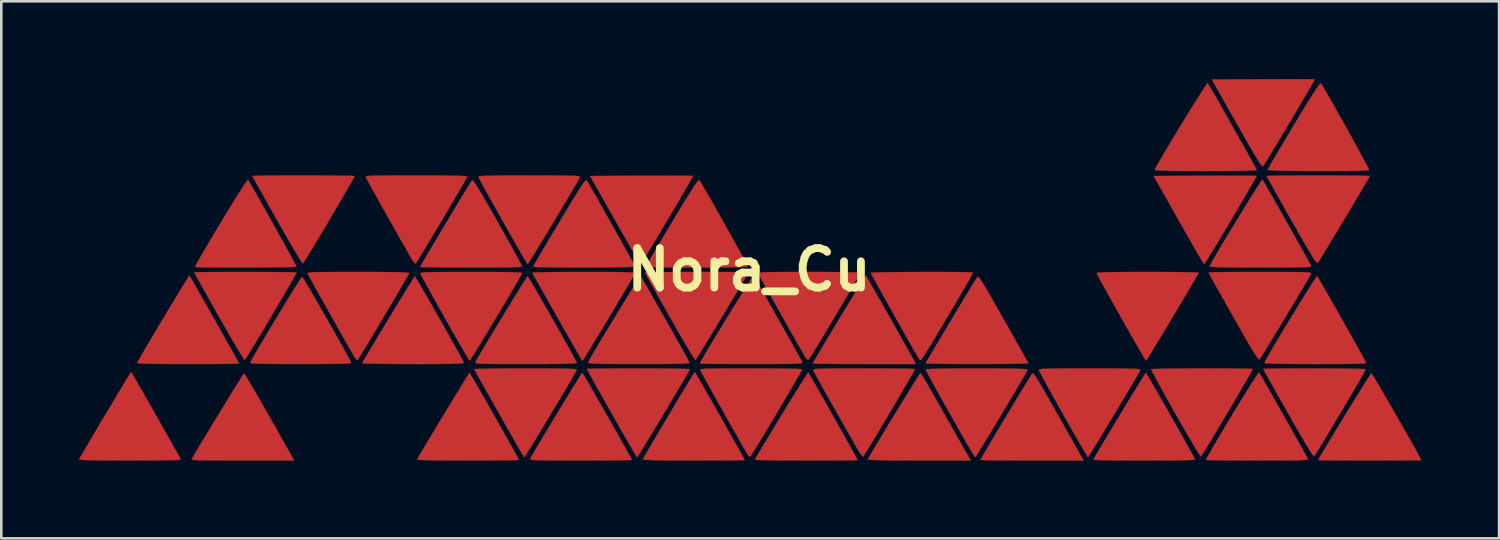
<source format=kicad_pcb>
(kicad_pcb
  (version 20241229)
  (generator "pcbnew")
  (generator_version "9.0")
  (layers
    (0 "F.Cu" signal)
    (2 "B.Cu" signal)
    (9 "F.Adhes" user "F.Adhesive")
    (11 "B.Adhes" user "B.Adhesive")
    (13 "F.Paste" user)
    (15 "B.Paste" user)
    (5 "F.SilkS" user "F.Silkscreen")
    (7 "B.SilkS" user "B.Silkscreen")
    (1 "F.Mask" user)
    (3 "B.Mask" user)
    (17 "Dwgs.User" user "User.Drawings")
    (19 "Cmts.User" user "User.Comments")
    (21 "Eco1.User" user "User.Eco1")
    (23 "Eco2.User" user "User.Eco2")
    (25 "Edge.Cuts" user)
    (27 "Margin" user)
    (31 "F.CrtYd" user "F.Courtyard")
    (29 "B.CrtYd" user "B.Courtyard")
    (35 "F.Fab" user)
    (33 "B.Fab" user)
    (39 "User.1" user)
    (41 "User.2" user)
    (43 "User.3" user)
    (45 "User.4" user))
  (footprint "Nora_Cu"
    (layer "F.Cu")
    (at 25.871 7.364)
    (property "Reference" "Nora_Cu" (at 0 0 0) (layer "F.SilkS") (effects (font (size 1.524 1.524) (thickness 0.3))))
    (attr through_hole)
    (fp_poly (pts (xy -3.048 -3.633) (xy -2.752 -3.632) (xy -2.507 -3.63) (xy -2.323 -3.628) (xy -2.206 -3.624) (xy -2.167 -3.621) (xy -2.184 -3.582) (xy -2.24 -3.479) (xy -2.329 -3.322) (xy -2.447 -3.118) (xy -2.587 -2.877) (xy -2.745 -2.606) (xy -2.917 -2.316) (xy -3.095 -2.014) (xy -3.276 -1.709) (xy -3.455 -1.41) (xy -3.625 -1.126) (xy -3.783 -0.865) (xy -3.922 -0.636) (xy -4.037 -0.448) (xy -4.124 -0.31) (xy -4.177 -0.23) (xy -4.191 -0.213) (xy -4.216 -0.248) (xy -4.277 -0.35) (xy -4.372 -0.512) (xy -4.496 -0.725) (xy -4.644 -0.983) (xy -4.813 -1.278) (xy -4.999 -1.604) (xy -5.175 -1.916) (xy -6.138 -3.619) (xy -4.163 -3.631) (xy -3.762 -3.632) (xy -3.388 -3.633) (xy -3.048 -3.633)) (stroke (width 0.01) (type solid)) (fill yes) (layer "F.Cu"))
    (fp_poly (pts (xy 18.71 -3.633) (xy 19.007 -3.632) (xy 19.252 -3.63) (xy 19.436 -3.628) (xy 19.553 -3.624) (xy 19.592 -3.621) (xy 19.575 -3.582) (xy 19.519 -3.479) (xy 19.43 -3.322) (xy 19.313 -3.118) (xy 19.172 -2.876) (xy 19.014 -2.606) (xy 18.843 -2.315) (xy 18.664 -2.013) (xy 18.483 -1.709) (xy 18.304 -1.41) (xy 18.134 -1.126) (xy 17.976 -0.865) (xy 17.837 -0.636) (xy 17.721 -0.448) (xy 17.634 -0.31) (xy 17.581 -0.23) (xy 17.567 -0.213) (xy 17.542 -0.248) (xy 17.48 -0.35) (xy 17.385 -0.512) (xy 17.261 -0.725) (xy 17.113 -0.983) (xy 16.944 -1.278) (xy 16.758 -1.604) (xy 16.582 -1.916) (xy 15.62 -3.619) (xy 17.596 -3.631) (xy 17.996 -3.632) (xy 18.371 -3.633) (xy 18.71 -3.633)) (stroke (width 0.01) (type solid)) (fill yes) (layer "F.Cu"))
    (fp_poly (pts (xy 21.25 -7.358) (xy 21.495 -7.356) (xy 21.679 -7.354) (xy 21.795 -7.351) (xy 21.834 -7.348) (xy 21.817 -7.309) (xy 21.761 -7.207) (xy 21.671 -7.05) (xy 21.554 -6.847) (xy 21.413 -6.607) (xy 21.255 -6.338) (xy 21.084 -6.049) (xy 20.906 -5.749) (xy 20.726 -5.446) (xy 20.549 -5.15) (xy 20.38 -4.869) (xy 20.225 -4.613) (xy 20.089 -4.389) (xy 19.977 -4.206) (xy 19.893 -4.074) (xy 19.845 -4.001) (xy 19.837 -3.991) (xy 19.815 -3.996) (xy 19.774 -4.041) (xy 19.709 -4.132) (xy 19.62 -4.273) (xy 19.502 -4.467) (xy 19.353 -4.72) (xy 19.171 -5.037) (xy 18.953 -5.421) (xy 18.827 -5.642) (xy 17.865 -7.345) (xy 19.84 -7.356) (xy 20.241 -7.358) (xy 20.615 -7.359) (xy 20.954 -7.359) (xy 21.25 -7.358)) (stroke (width 0.01) (type solid)) (fill yes) (layer "F.Cu"))
    (fp_poly (pts (xy -19.473 4.04) (xy -19.407 4.143) (xy -19.307 4.309) (xy -19.175 4.531) (xy -19.016 4.804) (xy -18.833 5.122) (xy -18.628 5.48) (xy -18.405 5.87) (xy -18.169 6.289) (xy -17.921 6.729) (xy -17.724 7.08) (xy -17.564 7.366) (xy -19.557 7.366) (xy -20.02 7.366) (xy -20.405 7.365) (xy -20.718 7.364) (xy -20.968 7.362) (xy -21.161 7.358) (xy -21.304 7.353) (xy -21.404 7.346) (xy -21.468 7.338) (xy -21.502 7.326) (xy -21.515 7.313) (xy -21.511 7.296) (xy -21.509 7.292) (xy -21.434 7.161) (xy -21.327 6.981) (xy -21.195 6.758) (xy -21.041 6.503) (xy -20.872 6.223) (xy -20.693 5.928) (xy -20.509 5.625) (xy -20.326 5.325) (xy -20.148 5.035) (xy -19.982 4.765) (xy -19.832 4.522) (xy -19.704 4.316) (xy -19.602 4.155) (xy -19.533 4.049) (xy -19.502 4.005) (xy -19.501 4.005) (xy -19.473 4.04)) (stroke (width 0.01) (type solid)) (fill yes) (layer "F.Cu"))
    (fp_poly (pts (xy 4.531 0.259) (xy 4.592 0.363) (xy 4.683 0.523) (xy 4.8 0.729) (xy 4.939 0.972) (xy 5.093 1.244) (xy 5.257 1.535) (xy 5.428 1.835) (xy 5.598 2.137) (xy 5.764 2.43) (xy 5.92 2.706) (xy 6.06 2.956) (xy 6.18 3.169) (xy 6.275 3.339) (xy 6.339 3.454) (xy 6.366 3.503) (xy 6.437 3.641) (xy 4.446 3.641) (xy 4.045 3.64) (xy 3.67 3.639) (xy 3.331 3.638) (xy 3.036 3.635) (xy 2.792 3.633) (xy 2.609 3.63) (xy 2.494 3.626) (xy 2.455 3.623) (xy 2.476 3.582) (xy 2.536 3.479) (xy 2.628 3.321) (xy 2.749 3.117) (xy 2.893 2.876) (xy 3.054 2.606) (xy 3.228 2.317) (xy 3.409 2.016) (xy 3.592 1.713) (xy 3.772 1.415) (xy 3.944 1.132) (xy 4.102 0.872) (xy 4.241 0.644) (xy 4.356 0.456) (xy 4.443 0.318) (xy 4.495 0.237) (xy 4.508 0.219) (xy 4.531 0.259)) (stroke (width 0.01) (type solid)) (fill yes) (layer "F.Cu"))
    (fp_poly (pts (xy 6.646 4.029) (xy 6.71 4.133) (xy 6.807 4.295) (xy 6.931 4.507) (xy 7.078 4.761) (xy 7.243 5.048) (xy 7.421 5.361) (xy 7.466 5.441) (xy 7.652 5.771) (xy 7.831 6.086) (xy 7.996 6.379) (xy 8.143 6.637) (xy 8.265 6.853) (xy 8.357 7.015) (xy 8.414 7.115) (xy 8.418 7.123) (xy 8.558 7.366) (xy 6.561 7.366) (xy 6.154 7.365) (xy 5.776 7.363) (xy 5.437 7.36) (xy 5.142 7.355) (xy 4.901 7.35) (xy 4.722 7.343) (xy 4.612 7.336) (xy 4.579 7.329) (xy 4.61 7.269) (xy 4.679 7.148) (xy 4.78 6.976) (xy 4.908 6.761) (xy 5.057 6.511) (xy 5.223 6.236) (xy 5.4 5.944) (xy 5.583 5.644) (xy 5.766 5.345) (xy 5.944 5.054) (xy 6.113 4.782) (xy 6.265 4.536) (xy 6.397 4.326) (xy 6.503 4.159) (xy 6.577 4.046) (xy 6.614 3.993) (xy 6.618 3.991) (xy 6.646 4.029)) (stroke (width 0.01) (type solid)) (fill yes) (layer "F.Cu"))
    (fp_poly (pts (xy 10.962 4) (xy 11.007 4.051) (xy 11.077 4.151) (xy 11.174 4.305) (xy 11.301 4.516) (xy 11.46 4.791) (xy 11.655 5.132) (xy 11.811 5.408) (xy 11.999 5.74) (xy 12.178 6.059) (xy 12.345 6.355) (xy 12.493 6.617) (xy 12.617 6.836) (xy 12.711 7.003) (xy 12.77 7.107) (xy 12.777 7.119) (xy 12.917 7.366) (xy 10.924 7.366) (xy 10.523 7.365) (xy 10.148 7.364) (xy 9.809 7.362) (xy 9.514 7.359) (xy 9.27 7.355) (xy 9.086 7.351) (xy 8.971 7.346) (xy 8.932 7.341) (xy 8.953 7.3) (xy 9.013 7.195) (xy 9.106 7.035) (xy 9.227 6.83) (xy 9.37 6.587) (xy 9.531 6.317) (xy 9.704 6.027) (xy 9.884 5.726) (xy 10.066 5.423) (xy 10.243 5.128) (xy 10.412 4.849) (xy 10.566 4.594) (xy 10.7 4.373) (xy 10.81 4.195) (xy 10.889 4.068) (xy 10.933 4.001) (xy 10.938 3.993) (xy 10.962 4)) (stroke (width 0.01) (type solid)) (fill yes) (layer "F.Cu"))
    (fp_poly (pts (xy -19.341 -3.464) (xy -19.259 -3.326) (xy -19.149 -3.137) (xy -19.017 -2.906) (xy -18.867 -2.643) (xy -18.705 -2.355) (xy -18.535 -2.053) (xy -18.361 -1.744) (xy -18.191 -1.437) (xy -18.027 -1.143) (xy -17.875 -0.869) (xy -17.74 -0.624) (xy -17.628 -0.417) (xy -17.542 -0.258) (xy -17.489 -0.155) (xy -17.472 -0.116) (xy -17.516 -0.11) (xy -17.635 -0.104) (xy -17.817 -0.099) (xy -18.054 -0.095) (xy -18.335 -0.091) (xy -18.649 -0.089) (xy -18.986 -0.087) (xy -19.336 -0.085) (xy -19.689 -0.085) (xy -20.034 -0.085) (xy -20.362 -0.087) (xy -20.662 -0.089) (xy -20.923 -0.092) (xy -21.136 -0.096) (xy -21.29 -0.101) (xy -21.376 -0.106) (xy -21.389 -0.11) (xy -21.373 -0.15) (xy -21.317 -0.255) (xy -21.226 -0.418) (xy -21.103 -0.632) (xy -20.953 -0.89) (xy -20.78 -1.183) (xy -20.587 -1.506) (xy -20.394 -1.828) (xy -20.122 -2.278) (xy -19.891 -2.655) (xy -19.7 -2.96) (xy -19.551 -3.192) (xy -19.441 -3.354) (xy -19.371 -3.444) (xy -19.341 -3.465) (xy -19.341 -3.464)) (stroke (width 0.01) (type solid)) (fill yes) (layer "F.Cu"))
    (fp_poly (pts (xy -3.874 3.811) (xy -3.5 3.812) (xy -3.161 3.815) (xy -2.866 3.819) (xy -2.622 3.824) (xy -2.439 3.829) (xy -2.324 3.835) (xy -2.286 3.841) (xy -2.307 3.884) (xy -2.367 3.991) (xy -2.459 4.151) (xy -2.58 4.358) (xy -2.724 4.601) (xy -2.885 4.873) (xy -3.059 5.164) (xy -3.239 5.466) (xy -3.422 5.771) (xy -3.601 6.068) (xy -3.772 6.35) (xy -3.929 6.608) (xy -4.066 6.833) (xy -4.18 7.017) (xy -4.264 7.151) (xy -4.313 7.225) (xy -4.324 7.238) (xy -4.349 7.202) (xy -4.412 7.1) (xy -4.508 6.939) (xy -4.633 6.726) (xy -4.782 6.468) (xy -4.951 6.173) (xy -5.137 5.847) (xy -5.308 5.545) (xy -5.503 5.199) (xy -5.685 4.875) (xy -5.85 4.582) (xy -5.993 4.327) (xy -6.11 4.117) (xy -6.197 3.959) (xy -6.25 3.861) (xy -6.265 3.83) (xy -6.224 3.826) (xy -6.107 3.822) (xy -5.922 3.819) (xy -5.676 3.816) (xy -5.379 3.813) (xy -5.039 3.812) (xy -4.664 3.81) (xy -4.276 3.81) (xy -3.874 3.811)) (stroke (width 0.01) (type solid)) (fill yes) (layer "F.Cu"))
    (fp_poly (pts (xy 2.313 4.011) (xy 2.376 4.118) (xy 2.47 4.281) (xy 2.589 4.49) (xy 2.729 4.736) (xy 2.884 5.011) (xy 3.051 5.305) (xy 3.222 5.609) (xy 3.394 5.915) (xy 3.562 6.213) (xy 3.72 6.495) (xy 3.863 6.751) (xy 3.987 6.972) (xy 4.086 7.15) (xy 4.154 7.276) (xy 4.188 7.34) (xy 4.191 7.347) (xy 4.15 7.35) (xy 4.033 7.354) (xy 3.847 7.357) (xy 3.602 7.36) (xy 3.305 7.363) (xy 2.964 7.364) (xy 2.589 7.366) (xy 2.199 7.366) (xy 1.798 7.365) (xy 1.425 7.363) (xy 1.087 7.361) (xy 0.794 7.357) (xy 0.553 7.352) (xy 0.372 7.346) (xy 0.26 7.341) (xy 0.224 7.334) (xy 0.299 7.201) (xy 0.406 7.018) (xy 0.539 6.794) (xy 0.693 6.537) (xy 0.862 6.255) (xy 1.042 5.958) (xy 1.228 5.653) (xy 1.414 5.35) (xy 1.594 5.056) (xy 1.765 4.78) (xy 1.92 4.531) (xy 2.054 4.317) (xy 2.163 4.147) (xy 2.24 4.029) (xy 2.281 3.971) (xy 2.287 3.967) (xy 2.313 4.011)) (stroke (width 0.01) (type solid)) (fill yes) (layer "F.Cu"))
    (fp_poly (pts (xy 9.294 3.811) (xy 9.722 3.813) (xy 10.072 3.817) (xy 10.346 3.822) (xy 10.548 3.83) (xy 10.679 3.839) (xy 10.744 3.849) (xy 10.753 3.856) (xy 10.732 3.901) (xy 10.672 4.009) (xy 10.58 4.171) (xy 10.459 4.378) (xy 10.315 4.622) (xy 10.154 4.894) (xy 9.981 5.186) (xy 9.801 5.487) (xy 9.619 5.791) (xy 9.44 6.087) (xy 9.27 6.368) (xy 9.114 6.624) (xy 8.978 6.846) (xy 8.865 7.027) (xy 8.783 7.157) (xy 8.735 7.228) (xy 8.725 7.238) (xy 8.7 7.202) (xy 8.637 7.1) (xy 8.542 6.938) (xy 8.417 6.725) (xy 8.269 6.467) (xy 8.1 6.172) (xy 7.916 5.848) (xy 7.758 5.568) (xy 7.564 5.224) (xy 7.383 4.901) (xy 7.22 4.609) (xy 7.079 4.353) (xy 6.964 4.142) (xy 6.879 3.984) (xy 6.829 3.885) (xy 6.816 3.855) (xy 6.85 3.843) (xy 6.954 3.833) (xy 7.131 3.825) (xy 7.383 3.819) (xy 7.711 3.814) (xy 8.119 3.811) (xy 8.608 3.81) (xy 8.784 3.81) (xy 9.294 3.811)) (stroke (width 0.01) (type solid)) (fill yes) (layer "F.Cu"))
    (fp_poly (pts (xy 15.787 0.085) (xy 16.159 0.087) (xy 16.496 0.09) (xy 16.789 0.094) (xy 17.03 0.099) (xy 17.21 0.104) (xy 17.322 0.11) (xy 17.357 0.116) (xy 17.336 0.158) (xy 17.276 0.263) (xy 17.184 0.423) (xy 17.063 0.629) (xy 16.92 0.872) (xy 16.759 1.144) (xy 16.586 1.435) (xy 16.406 1.737) (xy 16.224 2.041) (xy 16.045 2.338) (xy 15.875 2.621) (xy 15.719 2.879) (xy 15.581 3.105) (xy 15.468 3.289) (xy 15.384 3.423) (xy 15.335 3.499) (xy 15.325 3.512) (xy 15.3 3.476) (xy 15.238 3.374) (xy 15.144 3.213) (xy 15.02 3) (xy 14.872 2.743) (xy 14.704 2.449) (xy 14.52 2.125) (xy 14.362 1.845) (xy 14.168 1.501) (xy 13.987 1.179) (xy 13.824 0.886) (xy 13.683 0.63) (xy 13.568 0.419) (xy 13.483 0.261) (xy 13.433 0.162) (xy 13.42 0.131) (xy 13.448 0.119) (xy 13.537 0.109) (xy 13.689 0.101) (xy 13.908 0.095) (xy 14.198 0.09) (xy 14.563 0.087) (xy 15.006 0.085) (xy 15.388 0.085) (xy 15.787 0.085)) (stroke (width 0.01) (type solid)) (fill yes) (layer "F.Cu"))
    (fp_poly (pts (xy -23.836 3.982) (xy -23.778 4.081) (xy -23.689 4.235) (xy -23.573 4.437) (xy -23.435 4.677) (xy -23.281 4.947) (xy -23.116 5.237) (xy -22.944 5.539) (xy -22.771 5.844) (xy -22.601 6.143) (xy -22.44 6.428) (xy -22.293 6.688) (xy -22.165 6.916) (xy -22.06 7.103) (xy -21.984 7.24) (xy -21.942 7.318) (xy -21.936 7.331) (xy -21.974 7.338) (xy -22.088 7.345) (xy -22.271 7.351) (xy -22.514 7.356) (xy -22.808 7.36) (xy -23.146 7.363) (xy -23.519 7.365) (xy -23.894 7.366) (xy -24.402 7.365) (xy -24.83 7.363) (xy -25.179 7.359) (xy -25.453 7.354) (xy -25.655 7.347) (xy -25.788 7.338) (xy -25.855 7.327) (xy -25.866 7.32) (xy -25.845 7.279) (xy -25.785 7.174) (xy -25.693 7.015) (xy -25.572 6.809) (xy -25.429 6.566) (xy -25.269 6.295) (xy -25.097 6.004) (xy -24.917 5.702) (xy -24.736 5.399) (xy -24.559 5.102) (xy -24.39 4.82) (xy -24.236 4.564) (xy -24.101 4.34) (xy -23.99 4.159) (xy -23.91 4.028) (xy -23.864 3.957) (xy -23.858 3.948) (xy -23.836 3.982)) (stroke (width 0.01) (type solid)) (fill yes) (layer "F.Cu"))
    (fp_poly (pts (xy -21.584 0.262) (xy -21.524 0.365) (xy -21.432 0.525) (xy -21.315 0.731) (xy -21.176 0.975) (xy -21.021 1.248) (xy -20.855 1.542) (xy -20.683 1.846) (xy -20.51 2.153) (xy -20.341 2.453) (xy -20.181 2.737) (xy -20.034 2.997) (xy -19.907 3.223) (xy -19.804 3.408) (xy -19.73 3.541) (xy -19.691 3.614) (xy -19.685 3.625) (xy -19.726 3.628) (xy -19.843 3.631) (xy -20.029 3.634) (xy -20.274 3.636) (xy -20.57 3.638) (xy -20.91 3.64) (xy -21.284 3.64) (xy -21.654 3.641) (xy -22.163 3.64) (xy -22.592 3.638) (xy -22.941 3.634) (xy -23.216 3.628) (xy -23.417 3.621) (xy -23.549 3.612) (xy -23.614 3.601) (xy -23.622 3.595) (xy -23.601 3.551) (xy -23.542 3.445) (xy -23.45 3.285) (xy -23.331 3.079) (xy -23.188 2.837) (xy -23.029 2.566) (xy -22.857 2.277) (xy -22.678 1.976) (xy -22.497 1.674) (xy -22.32 1.378) (xy -22.151 1.098) (xy -21.996 0.843) (xy -21.86 0.619) (xy -21.748 0.438) (xy -21.666 0.307) (xy -21.617 0.234) (xy -21.607 0.223) (xy -21.584 0.262)) (stroke (width 0.01) (type solid)) (fill yes) (layer "F.Cu"))
    (fp_poly (pts (xy -19.222 0.085) (xy -18.875 0.087) (xy -18.544 0.088) (xy -18.241 0.091) (xy -17.974 0.094) (xy -17.754 0.097) (xy -17.591 0.101) (xy -17.495 0.106) (xy -17.473 0.109) (xy -17.49 0.148) (xy -17.546 0.25) (xy -17.635 0.408) (xy -17.752 0.611) (xy -17.892 0.853) (xy -18.05 1.122) (xy -18.22 1.412) (xy -18.398 1.713) (xy -18.577 2.017) (xy -18.754 2.314) (xy -18.923 2.596) (xy -19.078 2.854) (xy -19.215 3.08) (xy -19.328 3.264) (xy -19.412 3.398) (xy -19.462 3.473) (xy -19.471 3.484) (xy -19.498 3.456) (xy -19.561 3.36) (xy -19.658 3.205) (xy -19.783 2.997) (xy -19.933 2.744) (xy -20.102 2.452) (xy -20.287 2.129) (xy -20.462 1.822) (xy -20.658 1.475) (xy -20.84 1.152) (xy -21.004 0.859) (xy -21.147 0.603) (xy -21.265 0.392) (xy -21.352 0.234) (xy -21.405 0.136) (xy -21.421 0.105) (xy -21.38 0.1) (xy -21.265 0.096) (xy -21.085 0.092) (xy -20.851 0.09) (xy -20.573 0.087) (xy -20.261 0.086) (xy -19.925 0.085) (xy -19.575 0.085) (xy -19.222 0.085)) (stroke (width 0.01) (type solid)) (fill yes) (layer "F.Cu"))
    (fp_poly (pts (xy -16.978 -3.64) (xy -16.631 -3.639) (xy -16.3 -3.637) (xy -15.997 -3.635) (xy -15.73 -3.632) (xy -15.51 -3.628) (xy -15.347 -3.624) (xy -15.251 -3.619) (xy -15.229 -3.616) (xy -15.246 -3.577) (xy -15.302 -3.475) (xy -15.391 -3.317) (xy -15.508 -3.114) (xy -15.648 -2.873) (xy -15.806 -2.603) (xy -15.976 -2.313) (xy -16.154 -2.012) (xy -16.334 -1.709) (xy -16.511 -1.411) (xy -16.68 -1.129) (xy -16.835 -0.871) (xy -16.972 -0.646) (xy -17.085 -0.462) (xy -17.169 -0.328) (xy -17.219 -0.252) (xy -17.228 -0.242) (xy -17.254 -0.27) (xy -17.318 -0.366) (xy -17.414 -0.521) (xy -17.539 -0.729) (xy -17.688 -0.982) (xy -17.858 -1.274) (xy -18.043 -1.596) (xy -18.218 -1.904) (xy -18.414 -2.25) (xy -18.596 -2.573) (xy -18.761 -2.867) (xy -18.904 -3.122) (xy -19.021 -3.333) (xy -19.108 -3.491) (xy -19.162 -3.589) (xy -19.177 -3.62) (xy -19.136 -3.625) (xy -19.021 -3.629) (xy -18.842 -3.633) (xy -18.608 -3.636) (xy -18.33 -3.638) (xy -18.017 -3.639) (xy -17.681 -3.64) (xy -17.332 -3.64) (xy -16.978 -3.64)) (stroke (width 0.01) (type solid)) (fill yes) (layer "F.Cu"))
    (fp_poly (pts (xy -10.771 4.015) (xy -10.71 4.115) (xy -10.618 4.272) (xy -10.5 4.475) (xy -10.361 4.717) (xy -10.206 4.987) (xy -10.04 5.278) (xy -9.869 5.58) (xy -9.696 5.885) (xy -9.528 6.182) (xy -9.369 6.465) (xy -9.225 6.722) (xy -9.1 6.946) (xy -9 7.128) (xy -8.929 7.258) (xy -8.893 7.328) (xy -8.89 7.338) (xy -8.931 7.343) (xy -9.048 7.349) (xy -9.234 7.354) (xy -9.479 7.358) (xy -9.775 7.361) (xy -10.115 7.364) (xy -10.49 7.365) (xy -10.862 7.366) (xy -11.288 7.365) (xy -11.676 7.363) (xy -12.019 7.359) (xy -12.31 7.355) (xy -12.542 7.349) (xy -12.708 7.342) (xy -12.802 7.334) (xy -12.82 7.328) (xy -12.793 7.279) (xy -12.729 7.167) (xy -12.632 7.003) (xy -12.507 6.793) (xy -12.361 6.548) (xy -12.197 6.276) (xy -12.022 5.985) (xy -11.841 5.685) (xy -11.659 5.384) (xy -11.481 5.091) (xy -11.313 4.814) (xy -11.159 4.563) (xy -11.026 4.346) (xy -10.918 4.171) (xy -10.841 4.048) (xy -10.8 3.986) (xy -10.795 3.979) (xy -10.771 4.015)) (stroke (width 0.01) (type solid)) (fill yes) (layer "F.Cu"))
    (fp_poly (pts (xy -2.076 3.981) (xy -2.018 4.079) (xy -1.928 4.233) (xy -1.811 4.435) (xy -1.674 4.675) (xy -1.52 4.945) (xy -1.354 5.235) (xy -1.182 5.538) (xy -1.008 5.844) (xy -0.839 6.144) (xy -0.678 6.429) (xy -0.53 6.691) (xy -0.401 6.921) (xy -0.296 7.11) (xy -0.22 7.249) (xy -0.177 7.33) (xy -0.169 7.346) (xy -0.21 7.35) (xy -0.328 7.354) (xy -0.513 7.357) (xy -0.758 7.36) (xy -1.055 7.363) (xy -1.394 7.365) (xy -1.769 7.366) (xy -2.138 7.366) (xy -2.591 7.365) (xy -2.996 7.363) (xy -3.346 7.359) (xy -3.637 7.354) (xy -3.863 7.347) (xy -4.019 7.34) (xy -4.097 7.331) (xy -4.106 7.327) (xy -4.085 7.286) (xy -4.026 7.182) (xy -3.934 7.023) (xy -3.814 6.818) (xy -3.671 6.575) (xy -3.511 6.304) (xy -3.339 6.013) (xy -3.16 5.711) (xy -2.979 5.407) (xy -2.801 5.109) (xy -2.633 4.827) (xy -2.479 4.57) (xy -2.343 4.345) (xy -2.233 4.162) (xy -2.152 4.03) (xy -2.106 3.958) (xy -2.098 3.947) (xy -2.076 3.981)) (stroke (width 0.01) (type solid)) (fill yes) (layer "F.Cu"))
    (fp_poly (pts (xy 8.844 0.268) (xy 8.884 0.31) (xy 8.945 0.396) (xy 9.031 0.529) (xy 9.143 0.715) (xy 9.286 0.958) (xy 9.461 1.263) (xy 9.673 1.635) (xy 9.819 1.895) (xy 10.014 2.24) (xy 10.196 2.564) (xy 10.361 2.857) (xy 10.505 3.112) (xy 10.623 3.323) (xy 10.712 3.481) (xy 10.767 3.579) (xy 10.783 3.609) (xy 10.746 3.615) (xy 10.632 3.621) (xy 10.449 3.627) (xy 10.207 3.631) (xy 9.912 3.635) (xy 9.574 3.638) (xy 9.2 3.64) (xy 8.808 3.641) (xy 8.406 3.64) (xy 8.032 3.639) (xy 7.692 3.636) (xy 7.397 3.633) (xy 7.153 3.63) (xy 6.97 3.625) (xy 6.854 3.621) (xy 6.816 3.616) (xy 6.837 3.575) (xy 6.896 3.47) (xy 6.989 3.31) (xy 7.11 3.105) (xy 7.254 2.862) (xy 7.415 2.592) (xy 7.588 2.301) (xy 7.768 2.001) (xy 7.949 1.698) (xy 8.127 1.403) (xy 8.295 1.123) (xy 8.449 0.868) (xy 8.584 0.647) (xy 8.694 0.468) (xy 8.773 0.34) (xy 8.817 0.272) (xy 8.823 0.265) (xy 8.844 0.268)) (stroke (width 0.01) (type solid)) (fill yes) (layer "F.Cu"))
    (fp_poly (pts (xy 15.345 4.017) (xy 15.405 4.117) (xy 15.497 4.274) (xy 15.614 4.477) (xy 15.753 4.719) (xy 15.908 4.989) (xy 16.074 5.279) (xy 16.246 5.581) (xy 16.419 5.885) (xy 16.587 6.182) (xy 16.746 6.463) (xy 16.89 6.72) (xy 17.014 6.943) (xy 17.114 7.123) (xy 17.185 7.252) (xy 17.22 7.321) (xy 17.223 7.327) (xy 17.185 7.336) (xy 17.067 7.344) (xy 16.877 7.351) (xy 16.618 7.357) (xy 16.297 7.361) (xy 15.919 7.364) (xy 15.49 7.366) (xy 15.265 7.366) (xy 14.865 7.365) (xy 14.493 7.364) (xy 14.156 7.361) (xy 13.863 7.357) (xy 13.621 7.352) (xy 13.44 7.347) (xy 13.328 7.341) (xy 13.293 7.335) (xy 13.314 7.292) (xy 13.374 7.186) (xy 13.467 7.026) (xy 13.588 6.82) (xy 13.732 6.578) (xy 13.894 6.308) (xy 14.067 6.018) (xy 14.248 5.718) (xy 14.431 5.417) (xy 14.61 5.122) (xy 14.78 4.843) (xy 14.936 4.589) (xy 15.072 4.368) (xy 15.184 4.188) (xy 15.266 4.06) (xy 15.312 3.991) (xy 15.321 3.981) (xy 15.345 4.017)) (stroke (width 0.01) (type solid)) (fill yes) (layer "F.Cu"))
    (fp_poly (pts (xy 17.735 -7.158) (xy 17.801 -7.049) (xy 17.897 -6.884) (xy 18.018 -6.673) (xy 18.16 -6.426) (xy 18.317 -6.15) (xy 18.484 -5.856) (xy 18.656 -5.551) (xy 18.828 -5.246) (xy 18.994 -4.949) (xy 19.151 -4.67) (xy 19.292 -4.417) (xy 19.412 -4.199) (xy 19.507 -4.025) (xy 19.571 -3.906) (xy 19.599 -3.848) (xy 19.6 -3.845) (xy 19.559 -3.838) (xy 19.442 -3.831) (xy 19.257 -3.825) (xy 19.012 -3.82) (xy 18.715 -3.816) (xy 18.376 -3.813) (xy 18.001 -3.811) (xy 17.632 -3.81) (xy 17.122 -3.811) (xy 16.694 -3.813) (xy 16.344 -3.817) (xy 16.07 -3.822) (xy 15.868 -3.83) (xy 15.737 -3.839) (xy 15.672 -3.849) (xy 15.663 -3.856) (xy 15.684 -3.907) (xy 15.744 -4.02) (xy 15.837 -4.185) (xy 15.959 -4.394) (xy 16.103 -4.639) (xy 16.265 -4.91) (xy 16.439 -5.2) (xy 16.621 -5.499) (xy 16.804 -5.799) (xy 16.984 -6.091) (xy 17.155 -6.366) (xy 17.312 -6.617) (xy 17.45 -6.834) (xy 17.563 -7.008) (xy 17.647 -7.132) (xy 17.696 -7.196) (xy 17.706 -7.203) (xy 17.735 -7.158)) (stroke (width 0.01) (type solid)) (fill yes) (layer "F.Cu"))
    (fp_poly (pts (xy 18.087 3.811) (xy 18.414 3.812) (xy 18.714 3.814) (xy 18.975 3.817) (xy 19.188 3.821) (xy 19.343 3.826) (xy 19.428 3.831) (xy 19.441 3.834) (xy 19.424 3.873) (xy 19.369 3.976) (xy 19.28 4.133) (xy 19.163 4.337) (xy 19.023 4.578) (xy 18.865 4.848) (xy 18.695 5.137) (xy 18.517 5.438) (xy 18.338 5.742) (xy 18.161 6.039) (xy 17.992 6.321) (xy 17.837 6.579) (xy 17.7 6.805) (xy 17.587 6.989) (xy 17.504 7.122) (xy 17.454 7.197) (xy 17.445 7.209) (xy 17.418 7.18) (xy 17.355 7.084) (xy 17.258 6.929) (xy 17.133 6.721) (xy 16.984 6.468) (xy 16.814 6.177) (xy 16.629 5.855) (xy 16.46 5.558) (xy 16.265 5.212) (xy 16.085 4.889) (xy 15.922 4.596) (xy 15.782 4.341) (xy 15.668 4.13) (xy 15.585 3.972) (xy 15.536 3.873) (xy 15.524 3.842) (xy 15.568 3.835) (xy 15.687 3.83) (xy 15.87 3.825) (xy 16.107 3.82) (xy 16.387 3.817) (xy 16.701 3.814) (xy 17.038 3.812) (xy 17.388 3.811) (xy 17.741 3.81) (xy 18.087 3.811)) (stroke (width 0.01) (type solid)) (fill yes) (layer "F.Cu"))
    (fp_poly (pts (xy 21.7 3.81) (xy 22.054 3.811) (xy 22.401 3.813) (xy 22.732 3.815) (xy 23.036 3.819) (xy 23.303 3.822) (xy 23.524 3.827) (xy 23.687 3.832) (xy 23.784 3.838) (xy 23.806 3.842) (xy 23.788 3.882) (xy 23.732 3.986) (xy 23.642 4.145) (xy 23.525 4.349) (xy 23.384 4.591) (xy 23.226 4.862) (xy 23.055 5.152) (xy 22.877 5.453) (xy 22.697 5.756) (xy 22.52 6.052) (xy 22.351 6.333) (xy 22.197 6.59) (xy 22.061 6.813) (xy 21.949 6.994) (xy 21.866 7.125) (xy 21.818 7.196) (xy 21.811 7.205) (xy 21.781 7.178) (xy 21.712 7.081) (xy 21.607 6.915) (xy 21.468 6.686) (xy 21.297 6.395) (xy 21.095 6.046) (xy 20.866 5.643) (xy 20.813 5.549) (xy 20.617 5.203) (xy 20.435 4.88) (xy 20.27 4.586) (xy 20.127 4.331) (xy 20.01 4.12) (xy 19.923 3.962) (xy 19.87 3.863) (xy 19.854 3.832) (xy 19.895 3.826) (xy 20.01 3.821) (xy 20.19 3.817) (xy 20.424 3.814) (xy 20.702 3.812) (xy 21.014 3.811) (xy 21.35 3.81) (xy 21.7 3.81)) (stroke (width 0.01) (type solid)) (fill yes) (layer "F.Cu"))
    (fp_poly (pts (xy 24.05 4.033) (xy 24.113 4.133) (xy 24.207 4.289) (xy 24.327 4.492) (xy 24.469 4.734) (xy 24.626 5.004) (xy 24.794 5.294) (xy 24.968 5.596) (xy 25.142 5.899) (xy 25.312 6.197) (xy 25.472 6.478) (xy 25.618 6.735) (xy 25.743 6.959) (xy 25.843 7.14) (xy 25.913 7.27) (xy 25.948 7.34) (xy 25.95 7.349) (xy 25.909 7.352) (xy 25.792 7.356) (xy 25.607 7.359) (xy 25.361 7.361) (xy 25.064 7.363) (xy 24.724 7.365) (xy 24.349 7.366) (xy 23.961 7.366) (xy 23.559 7.366) (xy 23.185 7.365) (xy 22.846 7.363) (xy 22.551 7.362) (xy 22.307 7.359) (xy 22.124 7.357) (xy 22.009 7.354) (xy 21.971 7.351) (xy 21.992 7.307) (xy 22.053 7.2) (xy 22.147 7.039) (xy 22.269 6.833) (xy 22.415 6.591) (xy 22.578 6.321) (xy 22.754 6.031) (xy 22.937 5.732) (xy 23.122 5.43) (xy 23.303 5.136) (xy 23.475 4.858) (xy 23.633 4.604) (xy 23.771 4.383) (xy 23.884 4.204) (xy 23.968 4.076) (xy 24.015 4.007) (xy 24.024 3.997) (xy 24.05 4.033)) (stroke (width 0.01) (type solid)) (fill yes) (layer "F.Cu"))
    (fp_poly (pts (xy -8.163 3.81) (xy -7.769 3.811) (xy -7.447 3.814) (xy -7.19 3.817) (xy -6.992 3.822) (xy -6.846 3.828) (xy -6.746 3.836) (xy -6.685 3.846) (xy -6.657 3.858) (xy -6.654 3.868) (xy -6.678 3.916) (xy -6.74 4.027) (xy -6.835 4.191) (xy -6.958 4.4) (xy -7.103 4.646) (xy -7.265 4.919) (xy -7.439 5.21) (xy -7.62 5.512) (xy -7.802 5.814) (xy -7.98 6.109) (xy -8.149 6.388) (xy -8.303 6.642) (xy -8.438 6.862) (xy -8.548 7.039) (xy -8.628 7.165) (xy -8.672 7.231) (xy -8.679 7.239) (xy -8.704 7.203) (xy -8.766 7.101) (xy -8.861 6.94) (xy -8.984 6.726) (xy -9.132 6.468) (xy -9.301 6.173) (xy -9.485 5.848) (xy -9.65 5.556) (xy -9.844 5.211) (xy -10.026 4.887) (xy -10.191 4.594) (xy -10.335 4.339) (xy -10.454 4.128) (xy -10.542 3.97) (xy -10.597 3.872) (xy -10.614 3.842) (xy -10.577 3.835) (xy -10.463 3.829) (xy -10.28 3.824) (xy -10.038 3.819) (xy -9.743 3.815) (xy -9.405 3.812) (xy -9.03 3.811) (xy -8.635 3.81) (xy -8.163 3.81)) (stroke (width 0.01) (type solid)) (fill yes) (layer "F.Cu"))
    (fp_poly (pts (xy -5.92 0.085) (xy -5.525 0.086) (xy -5.203 0.088) (xy -4.946 0.092) (xy -4.748 0.096) (xy -4.602 0.103) (xy -4.502 0.11) (xy -4.441 0.12) (xy -4.413 0.132) (xy -4.41 0.142) (xy -4.434 0.19) (xy -4.496 0.301) (xy -4.591 0.465) (xy -4.714 0.674) (xy -4.859 0.919) (xy -5.021 1.192) (xy -5.195 1.483) (xy -5.376 1.785) (xy -5.557 2.087) (xy -5.735 2.383) (xy -5.904 2.661) (xy -6.059 2.915) (xy -6.193 3.135) (xy -6.303 3.313) (xy -6.383 3.439) (xy -6.427 3.506) (xy -6.434 3.514) (xy -6.459 3.478) (xy -6.521 3.376) (xy -6.615 3.214) (xy -6.739 3.001) (xy -6.887 2.743) (xy -7.055 2.448) (xy -7.24 2.123) (xy -7.405 1.831) (xy -7.6 1.485) (xy -7.782 1.162) (xy -7.947 0.869) (xy -8.091 0.613) (xy -8.21 0.403) (xy -8.299 0.245) (xy -8.354 0.147) (xy -8.371 0.116) (xy -8.333 0.11) (xy -8.219 0.104) (xy -8.037 0.099) (xy -7.794 0.094) (xy -7.499 0.09) (xy -7.161 0.087) (xy -6.787 0.085) (xy -6.392 0.085) (xy -5.92 0.085)) (stroke (width 0.01) (type solid)) (fill yes) (layer "F.Cu"))
    (fp_poly (pts (xy 19.715 4.011) (xy 19.778 4.118) (xy 19.872 4.281) (xy 19.992 4.49) (xy 20.132 4.737) (xy 20.289 5.012) (xy 20.456 5.307) (xy 20.628 5.611) (xy 20.8 5.916) (xy 20.967 6.213) (xy 21.124 6.492) (xy 21.266 6.745) (xy 21.388 6.962) (xy 21.483 7.135) (xy 21.548 7.254) (xy 21.577 7.309) (xy 21.578 7.311) (xy 21.569 7.324) (xy 21.527 7.335) (xy 21.446 7.344) (xy 21.32 7.351) (xy 21.142 7.357) (xy 20.907 7.361) (xy 20.607 7.364) (xy 20.237 7.365) (xy 19.791 7.366) (xy 19.633 7.366) (xy 19.233 7.365) (xy 18.859 7.364) (xy 18.52 7.362) (xy 18.225 7.358) (xy 17.98 7.355) (xy 17.796 7.35) (xy 17.681 7.346) (xy 17.642 7.341) (xy 17.658 7.301) (xy 17.714 7.196) (xy 17.806 7.032) (xy 17.929 6.819) (xy 18.079 6.561) (xy 18.253 6.268) (xy 18.445 5.946) (xy 18.637 5.626) (xy 18.845 5.284) (xy 19.039 4.967) (xy 19.216 4.682) (xy 19.371 4.435) (xy 19.501 4.233) (xy 19.6 4.083) (xy 19.664 3.993) (xy 19.688 3.968) (xy 19.715 4.011)) (stroke (width 0.01) (type solid)) (fill yes) (layer "F.Cu"))
    (fp_poly (pts (xy 22.117 -7.132) (xy 22.189 -7.013) (xy 22.29 -6.841) (xy 22.415 -6.624) (xy 22.559 -6.372) (xy 22.717 -6.093) (xy 22.883 -5.797) (xy 23.053 -5.493) (xy 23.221 -5.189) (xy 23.383 -4.896) (xy 23.533 -4.621) (xy 23.667 -4.374) (xy 23.78 -4.165) (xy 23.865 -4.001) (xy 23.919 -3.892) (xy 23.937 -3.848) (xy 23.937 -3.848) (xy 23.89 -3.838) (xy 23.77 -3.83) (xy 23.586 -3.823) (xy 23.348 -3.818) (xy 23.068 -3.813) (xy 22.754 -3.811) (xy 22.418 -3.809) (xy 22.069 -3.809) (xy 21.717 -3.81) (xy 21.373 -3.812) (xy 21.047 -3.815) (xy 20.748 -3.82) (xy 20.488 -3.826) (xy 20.276 -3.833) (xy 20.122 -3.841) (xy 20.037 -3.85) (xy 20.024 -3.856) (xy 20.045 -3.9) (xy 20.105 -4.01) (xy 20.201 -4.177) (xy 20.327 -4.395) (xy 20.48 -4.656) (xy 20.655 -4.951) (xy 20.848 -5.275) (xy 21.026 -5.572) (xy 21.27 -5.978) (xy 21.474 -6.315) (xy 21.643 -6.59) (xy 21.779 -6.806) (xy 21.885 -6.969) (xy 21.965 -7.083) (xy 22.021 -7.155) (xy 22.058 -7.188) (xy 22.078 -7.188) (xy 22.117 -7.132)) (stroke (width 0.01) (type solid)) (fill yes) (layer "F.Cu"))
    (fp_poly (pts (xy 22.372 -3.64) (xy 22.747 -3.639) (xy 23.086 -3.636) (xy 23.381 -3.633) (xy 23.624 -3.63) (xy 23.808 -3.625) (xy 23.922 -3.621) (xy 23.961 -3.616) (xy 23.94 -3.574) (xy 23.88 -3.469) (xy 23.787 -3.31) (xy 23.666 -3.104) (xy 23.522 -2.862) (xy 23.361 -2.591) (xy 23.188 -2.3) (xy 23.008 -1.999) (xy 22.826 -1.697) (xy 22.649 -1.401) (xy 22.48 -1.121) (xy 22.325 -0.866) (xy 22.191 -0.645) (xy 22.081 -0.466) (xy 22.001 -0.338) (xy 21.957 -0.27) (xy 21.951 -0.262) (xy 21.931 -0.262) (xy 21.896 -0.295) (xy 21.842 -0.366) (xy 21.767 -0.48) (xy 21.667 -0.642) (xy 21.539 -0.857) (xy 21.381 -1.13) (xy 21.188 -1.468) (xy 20.957 -1.874) (xy 20.941 -1.903) (xy 20.745 -2.25) (xy 20.563 -2.573) (xy 20.398 -2.866) (xy 20.255 -3.122) (xy 20.138 -3.332) (xy 20.05 -3.491) (xy 19.997 -3.589) (xy 19.981 -3.62) (xy 20.022 -3.624) (xy 20.14 -3.628) (xy 20.325 -3.632) (xy 20.57 -3.635) (xy 20.867 -3.637) (xy 21.208 -3.639) (xy 21.583 -3.64) (xy 21.971 -3.641) (xy 22.372 -3.64)) (stroke (width 0.01) (type solid)) (fill yes) (layer "F.Cu"))
    (fp_poly (pts (xy -17.23 0.311) (xy -17.166 0.411) (xy -17.072 0.567) (xy -16.951 0.771) (xy -16.81 1.012) (xy -16.654 1.282) (xy -16.487 1.572) (xy -16.315 1.872) (xy -16.143 2.174) (xy -15.976 2.47) (xy -15.819 2.749) (xy -15.678 3.002) (xy -15.557 3.222) (xy -15.462 3.398) (xy -15.398 3.521) (xy -15.369 3.583) (xy -15.369 3.588) (xy -15.385 3.601) (xy -15.439 3.611) (xy -15.537 3.62) (xy -15.684 3.627) (xy -15.887 3.633) (xy -16.152 3.636) (xy -16.484 3.639) (xy -16.889 3.64) (xy -17.314 3.641) (xy -17.79 3.64) (xy -18.186 3.639) (xy -18.51 3.636) (xy -18.768 3.632) (xy -18.964 3.627) (xy -19.105 3.619) (xy -19.198 3.61) (xy -19.247 3.599) (xy -19.26 3.588) (xy -19.239 3.54) (xy -19.178 3.429) (xy -19.085 3.266) (xy -18.963 3.057) (xy -18.819 2.813) (xy -18.657 2.541) (xy -18.484 2.251) (xy -18.304 1.952) (xy -18.122 1.652) (xy -17.945 1.361) (xy -17.776 1.086) (xy -17.623 0.838) (xy -17.489 0.624) (xy -17.381 0.454) (xy -17.304 0.336) (xy -17.262 0.279) (xy -17.257 0.275) (xy -17.23 0.311)) (stroke (width 0.01) (type solid)) (fill yes) (layer "F.Cu"))
    (fp_poly (pts (xy -12.88 0.289) (xy -12.819 0.39) (xy -12.726 0.546) (xy -12.608 0.749) (xy -12.468 0.991) (xy -12.313 1.261) (xy -12.147 1.551) (xy -11.976 1.852) (xy -11.804 2.155) (xy -11.636 2.452) (xy -11.479 2.732) (xy -11.336 2.987) (xy -11.213 3.209) (xy -11.116 3.387) (xy -11.048 3.514) (xy -11.016 3.579) (xy -11.014 3.585) (xy -11.024 3.598) (xy -11.064 3.609) (xy -11.142 3.618) (xy -11.263 3.626) (xy -11.433 3.631) (xy -11.66 3.635) (xy -11.95 3.638) (xy -12.308 3.64) (xy -12.742 3.641) (xy -12.976 3.641) (xy -13.381 3.64) (xy -13.756 3.638) (xy -14.093 3.634) (xy -14.385 3.63) (xy -14.623 3.624) (xy -14.8 3.618) (xy -14.906 3.611) (xy -14.937 3.604) (xy -14.908 3.551) (xy -14.843 3.436) (xy -14.744 3.269) (xy -14.618 3.057) (xy -14.471 2.811) (xy -14.306 2.537) (xy -14.13 2.246) (xy -13.949 1.945) (xy -13.766 1.644) (xy -13.588 1.352) (xy -13.42 1.076) (xy -13.266 0.826) (xy -13.134 0.611) (xy -13.026 0.439) (xy -12.95 0.318) (xy -12.91 0.259) (xy -12.906 0.254) (xy -12.88 0.289)) (stroke (width 0.01) (type solid)) (fill yes) (layer "F.Cu"))
    (fp_poly (pts (xy -10.224 0.085) (xy -9.795 0.088) (xy -9.445 0.091) (xy -9.171 0.097) (xy -8.969 0.104) (xy -8.837 0.113) (xy -8.772 0.124) (xy -8.763 0.13) (xy -8.784 0.175) (xy -8.843 0.283) (xy -8.936 0.445) (xy -9.057 0.653) (xy -9.2 0.897) (xy -9.361 1.169) (xy -9.534 1.46) (xy -9.715 1.762) (xy -9.897 2.065) (xy -10.075 2.362) (xy -10.245 2.642) (xy -10.401 2.898) (xy -10.538 3.121) (xy -10.65 3.302) (xy -10.733 3.432) (xy -10.781 3.502) (xy -10.79 3.513) (xy -10.816 3.477) (xy -10.878 3.374) (xy -10.974 3.213) (xy -11.098 3) (xy -11.246 2.742) (xy -11.414 2.448) (xy -11.598 2.124) (xy -11.748 1.859) (xy -11.941 1.515) (xy -12.121 1.193) (xy -12.284 0.9) (xy -12.426 0.644) (xy -12.541 0.433) (xy -12.627 0.274) (xy -12.679 0.175) (xy -12.693 0.146) (xy -12.686 0.131) (xy -12.656 0.119) (xy -12.595 0.109) (xy -12.497 0.102) (xy -12.354 0.096) (xy -12.161 0.091) (xy -11.91 0.088) (xy -11.594 0.086) (xy -11.208 0.085) (xy -10.743 0.085) (xy -10.735 0.085) (xy -10.224 0.085)) (stroke (width 0.01) (type solid)) (fill yes) (layer "F.Cu"))
    (fp_poly (pts (xy -6.276 -3.45) (xy -6.26 -3.434) (xy -6.253 -3.423) (xy -6.203 -3.34) (xy -6.121 -3.199) (xy -6.011 -3.007) (xy -5.879 -2.775) (xy -5.73 -2.511) (xy -5.569 -2.225) (xy -5.4 -1.925) (xy -5.229 -1.621) (xy -5.062 -1.322) (xy -4.903 -1.037) (xy -4.757 -0.774) (xy -4.63 -0.544) (xy -4.526 -0.355) (xy -4.451 -0.216) (xy -4.409 -0.137) (xy -4.403 -0.122) (xy -4.444 -0.114) (xy -4.561 -0.107) (xy -4.747 -0.101) (xy -4.994 -0.095) (xy -5.292 -0.091) (xy -5.635 -0.087) (xy -6.014 -0.085) (xy -6.371 -0.085) (xy -6.77 -0.085) (xy -7.142 -0.087) (xy -7.479 -0.09) (xy -7.772 -0.094) (xy -8.013 -0.099) (xy -8.193 -0.104) (xy -8.305 -0.11) (xy -8.34 -0.116) (xy -8.318 -0.158) (xy -8.258 -0.265) (xy -8.162 -0.43) (xy -8.036 -0.645) (xy -7.883 -0.904) (xy -7.708 -1.199) (xy -7.515 -1.523) (xy -7.327 -1.835) (xy -7.091 -2.229) (xy -6.895 -2.555) (xy -6.734 -2.82) (xy -6.605 -3.03) (xy -6.503 -3.19) (xy -6.426 -3.307) (xy -6.368 -3.385) (xy -6.327 -3.431) (xy -6.297 -3.451) (xy -6.276 -3.45)) (stroke (width 0.01) (type solid)) (fill yes) (layer "F.Cu"))
    (fp_poly (pts (xy -1.922 -3.46) (xy -1.89 -3.412) (xy -1.823 -3.3) (xy -1.726 -3.133) (xy -1.604 -2.92) (xy -1.461 -2.671) (xy -1.304 -2.395) (xy -1.137 -2.1) (xy -0.966 -1.796) (xy -0.795 -1.492) (xy -0.63 -1.197) (xy -0.475 -0.919) (xy -0.336 -0.669) (xy -0.218 -0.456) (xy -0.127 -0.287) (xy -0.067 -0.173) (xy -0.043 -0.123) (xy -0.042 -0.121) (xy -0.083 -0.114) (xy -0.201 -0.107) (xy -0.386 -0.101) (xy -0.631 -0.095) (xy -0.928 -0.091) (xy -1.267 -0.087) (xy -1.642 -0.085) (xy -2.014 -0.085) (xy -2.483 -0.085) (xy -2.874 -0.086) (xy -3.194 -0.088) (xy -3.448 -0.092) (xy -3.643 -0.096) (xy -3.787 -0.103) (xy -3.885 -0.111) (xy -3.943 -0.121) (xy -3.969 -0.133) (xy -3.972 -0.142) (xy -3.948 -0.189) (xy -3.885 -0.302) (xy -3.786 -0.471) (xy -3.658 -0.691) (xy -3.503 -0.953) (xy -3.327 -1.25) (xy -3.133 -1.574) (xy -2.964 -1.856) (xy -2.718 -2.265) (xy -2.511 -2.606) (xy -2.34 -2.882) (xy -2.203 -3.099) (xy -2.097 -3.261) (xy -2.018 -3.372) (xy -1.964 -3.438) (xy -1.932 -3.462) (xy -1.922 -3.46)) (stroke (width 0.01) (type solid)) (fill yes) (layer "F.Cu"))
    (fp_poly (pts (xy -1.563 0.085) (xy -1.177 0.086) (xy -0.861 0.087) (xy -0.61 0.09) (xy -0.415 0.094) (xy -0.271 0.099) (xy -0.17 0.106) (xy -0.105 0.115) (xy -0.07 0.126) (xy -0.058 0.14) (xy -0.059 0.153) (xy -0.088 0.207) (xy -0.155 0.324) (xy -0.254 0.493) (xy -0.38 0.707) (xy -0.528 0.956) (xy -0.692 1.231) (xy -0.868 1.524) (xy -1.049 1.826) (xy -1.231 2.127) (xy -1.408 2.42) (xy -1.575 2.694) (xy -1.726 2.942) (xy -1.856 3.154) (xy -1.96 3.322) (xy -2.033 3.436) (xy -2.068 3.488) (xy -2.07 3.49) (xy -2.098 3.459) (xy -2.162 3.361) (xy -2.26 3.204) (xy -2.385 2.994) (xy -2.535 2.739) (xy -2.705 2.446) (xy -2.891 2.122) (xy -3.064 1.817) (xy -3.259 1.471) (xy -3.441 1.148) (xy -3.606 0.855) (xy -3.749 0.6) (xy -3.866 0.39) (xy -3.953 0.232) (xy -4.006 0.134) (xy -4.022 0.104) (xy -3.981 0.1) (xy -3.863 0.096) (xy -3.678 0.093) (xy -3.432 0.09) (xy -3.135 0.088) (xy -2.795 0.086) (xy -2.419 0.085) (xy -2.027 0.085) (xy -1.563 0.085)) (stroke (width 0.01) (type solid)) (fill yes) (layer "F.Cu"))
    (fp_poly (pts (xy 7.245 0.085) (xy 7.576 0.086) (xy 7.88 0.088) (xy 8.147 0.091) (xy 8.367 0.095) (xy 8.53 0.1) (xy 8.626 0.106) (xy 8.647 0.11) (xy 8.63 0.149) (xy 8.574 0.251) (xy 8.485 0.408) (xy 8.368 0.612) (xy 8.228 0.853) (xy 8.07 1.123) (xy 7.899 1.413) (xy 7.721 1.714) (xy 7.541 2.017) (xy 7.364 2.314) (xy 7.195 2.597) (xy 7.039 2.855) (xy 6.902 3.081) (xy 6.788 3.265) (xy 6.704 3.4) (xy 6.653 3.476) (xy 6.645 3.486) (xy 6.602 3.482) (xy 6.549 3.423) (xy 6.501 3.342) (xy 6.419 3.202) (xy 6.311 3.012) (xy 6.179 2.781) (xy 6.031 2.518) (xy 5.87 2.233) (xy 5.701 1.933) (xy 5.531 1.629) (xy 5.364 1.33) (xy 5.204 1.044) (xy 5.058 0.781) (xy 4.93 0.549) (xy 4.825 0.359) (xy 4.749 0.218) (xy 4.706 0.137) (xy 4.699 0.12) (xy 4.74 0.113) (xy 4.855 0.107) (xy 5.034 0.102) (xy 5.268 0.097) (xy 5.546 0.093) (xy 5.859 0.09) (xy 6.195 0.087) (xy 6.544 0.086) (xy 6.898 0.085) (xy 7.245 0.085)) (stroke (width 0.01) (type solid)) (fill yes) (layer "F.Cu"))
    (fp_poly (pts (xy 21.958 0.285) (xy 22.021 0.393) (xy 22.116 0.556) (xy 22.236 0.766) (xy 22.377 1.013) (xy 22.534 1.288) (xy 22.701 1.583) (xy 22.873 1.887) (xy 23.045 2.192) (xy 23.212 2.488) (xy 23.369 2.767) (xy 23.511 3.02) (xy 23.632 3.236) (xy 23.727 3.408) (xy 23.791 3.526) (xy 23.819 3.58) (xy 23.82 3.581) (xy 23.815 3.595) (xy 23.785 3.607) (xy 23.722 3.617) (xy 23.621 3.624) (xy 23.474 3.63) (xy 23.275 3.634) (xy 23.018 3.638) (xy 22.695 3.639) (xy 22.3 3.64) (xy 21.87 3.641) (xy 21.359 3.64) (xy 20.93 3.638) (xy 20.58 3.634) (xy 20.305 3.628) (xy 20.103 3.621) (xy 19.971 3.612) (xy 19.905 3.601) (xy 19.897 3.595) (xy 19.918 3.546) (xy 19.977 3.435) (xy 20.07 3.271) (xy 20.191 3.063) (xy 20.335 2.819) (xy 20.496 2.548) (xy 20.669 2.259) (xy 20.85 1.96) (xy 21.033 1.66) (xy 21.212 1.367) (xy 21.382 1.09) (xy 21.539 0.838) (xy 21.676 0.619) (xy 21.789 0.443) (xy 21.873 0.317) (xy 21.921 0.25) (xy 21.931 0.242) (xy 21.958 0.285)) (stroke (width 0.01) (type solid)) (fill yes) (layer "F.Cu"))
    (fp_poly (pts (xy -10.671 -3.452) (xy -10.627 -3.402) (xy -10.56 -3.305) (xy -10.465 -3.156) (xy -10.342 -2.951) (xy -10.186 -2.685) (xy -9.996 -2.355) (xy -9.769 -1.955) (xy -9.716 -1.859) (xy -9.522 -1.516) (xy -9.342 -1.194) (xy -9.179 -0.901) (xy -9.037 -0.646) (xy -8.921 -0.434) (xy -8.835 -0.276) (xy -8.784 -0.177) (xy -8.77 -0.147) (xy -8.776 -0.133) (xy -8.803 -0.12) (xy -8.859 -0.11) (xy -8.951 -0.102) (xy -9.085 -0.096) (xy -9.268 -0.091) (xy -9.507 -0.088) (xy -9.81 -0.086) (xy -10.182 -0.085) (xy -10.63 -0.085) (xy -10.728 -0.085) (xy -11.128 -0.085) (xy -11.5 -0.087) (xy -11.837 -0.089) (xy -12.13 -0.092) (xy -12.372 -0.096) (xy -12.552 -0.1) (xy -12.665 -0.105) (xy -12.7 -0.11) (xy -12.679 -0.151) (xy -12.619 -0.256) (xy -12.526 -0.415) (xy -12.406 -0.62) (xy -12.262 -0.863) (xy -12.101 -1.134) (xy -11.928 -1.424) (xy -11.748 -1.724) (xy -11.567 -2.027) (xy -11.389 -2.322) (xy -11.221 -2.602) (xy -11.067 -2.856) (xy -10.932 -3.077) (xy -10.823 -3.256) (xy -10.743 -3.384) (xy -10.7 -3.451) (xy -10.694 -3.458) (xy -10.671 -3.452)) (stroke (width 0.01) (type solid)) (fill yes) (layer "F.Cu"))
    (fp_poly (pts (xy -8.018 -3.64) (xy -7.627 -3.639) (xy -7.307 -3.637) (xy -7.052 -3.634) (xy -6.857 -3.629) (xy -6.713 -3.623) (xy -6.615 -3.615) (xy -6.556 -3.604) (xy -6.529 -3.592) (xy -6.527 -3.583) (xy -6.551 -3.535) (xy -6.613 -3.424) (xy -6.708 -3.26) (xy -6.831 -3.051) (xy -6.976 -2.806) (xy -7.138 -2.533) (xy -7.312 -2.242) (xy -7.492 -1.94) (xy -7.674 -1.638) (xy -7.852 -1.343) (xy -8.021 -1.064) (xy -8.175 -0.811) (xy -8.31 -0.591) (xy -8.42 -0.413) (xy -8.5 -0.287) (xy -8.544 -0.221) (xy -8.551 -0.213) (xy -8.576 -0.249) (xy -8.637 -0.351) (xy -8.732 -0.513) (xy -8.855 -0.726) (xy -9.003 -0.984) (xy -9.17 -1.278) (xy -9.354 -1.602) (xy -9.504 -1.868) (xy -9.697 -2.211) (xy -9.877 -2.534) (xy -10.04 -2.827) (xy -10.182 -3.082) (xy -10.298 -3.294) (xy -10.384 -3.452) (xy -10.435 -3.551) (xy -10.449 -3.581) (xy -10.442 -3.595) (xy -10.41 -3.607) (xy -10.345 -3.616) (xy -10.242 -3.624) (xy -10.094 -3.63) (xy -9.894 -3.634) (xy -9.635 -3.638) (xy -9.311 -3.639) (xy -8.915 -3.64) (xy -8.488 -3.641) (xy -8.018 -3.64)) (stroke (width 0.01) (type solid)) (fill yes) (layer "F.Cu"))
    (fp_poly (pts (xy -6.418 4.015) (xy -6.356 4.116) (xy -6.264 4.272) (xy -6.145 4.475) (xy -6.005 4.717) (xy -5.849 4.987) (xy -5.682 5.278) (xy -5.51 5.58) (xy -5.336 5.885) (xy -5.168 6.183) (xy -5.008 6.465) (xy -4.864 6.723) (xy -4.739 6.947) (xy -4.639 7.129) (xy -4.568 7.26) (xy -4.533 7.33) (xy -4.53 7.34) (xy -4.571 7.345) (xy -4.688 7.35) (xy -4.873 7.354) (xy -5.118 7.358) (xy -5.415 7.362) (xy -5.755 7.364) (xy -6.129 7.366) (xy -6.503 7.366) (xy -6.964 7.366) (xy -7.348 7.365) (xy -7.661 7.363) (xy -7.91 7.361) (xy -8.102 7.357) (xy -8.244 7.351) (xy -8.343 7.344) (xy -8.406 7.335) (xy -8.44 7.324) (xy -8.451 7.31) (xy -8.45 7.298) (xy -8.42 7.24) (xy -8.352 7.121) (xy -8.253 6.95) (xy -8.126 6.736) (xy -7.978 6.487) (xy -7.814 6.213) (xy -7.638 5.921) (xy -7.458 5.621) (xy -7.276 5.322) (xy -7.1 5.032) (xy -6.934 4.76) (xy -6.784 4.515) (xy -6.654 4.306) (xy -6.551 4.142) (xy -6.48 4.03) (xy -6.445 3.981) (xy -6.443 3.98) (xy -6.418 4.015)) (stroke (width 0.01) (type solid)) (fill yes) (layer "F.Cu"))
    (fp_poly (pts (xy 0.197 0.283) (xy 0.261 0.391) (xy 0.356 0.554) (xy 0.476 0.764) (xy 0.617 1.012) (xy 0.774 1.287) (xy 0.941 1.582) (xy 1.114 1.886) (xy 1.286 2.191) (xy 1.453 2.488) (xy 1.61 2.767) (xy 1.752 3.019) (xy 1.873 3.236) (xy 1.968 3.407) (xy 2.032 3.525) (xy 2.06 3.579) (xy 2.06 3.58) (xy 2.056 3.594) (xy 2.028 3.606) (xy 1.969 3.616) (xy 1.873 3.624) (xy 1.733 3.63) (xy 1.542 3.634) (xy 1.293 3.637) (xy 0.981 3.639) (xy 0.598 3.64) (xy 0.137 3.641) (xy 0.089 3.641) (xy -0.313 3.64) (xy -0.687 3.639) (xy -1.027 3.638) (xy -1.323 3.635) (xy -1.567 3.633) (xy -1.751 3.63) (xy -1.866 3.626) (xy -1.905 3.623) (xy -1.884 3.576) (xy -1.824 3.468) (xy -1.73 3.306) (xy -1.608 3.099) (xy -1.463 2.857) (xy -1.3 2.586) (xy -1.124 2.297) (xy -0.941 1.997) (xy -0.756 1.696) (xy -0.574 1.401) (xy -0.4 1.121) (xy -0.24 0.866) (xy -0.1 0.642) (xy 0.017 0.46) (xy 0.104 0.327) (xy 0.157 0.253) (xy 0.17 0.24) (xy 0.197 0.283)) (stroke (width 0.01) (type solid)) (fill yes) (layer "F.Cu"))
    (fp_poly (pts (xy 2.7 0.085) (xy 3.074 0.087) (xy 3.413 0.09) (xy 3.709 0.094) (xy 3.953 0.099) (xy 4.137 0.105) (xy 4.252 0.111) (xy 4.291 0.117) (xy 4.273 0.157) (xy 4.217 0.261) (xy 4.127 0.42) (xy 4.009 0.624) (xy 3.868 0.866) (xy 3.709 1.137) (xy 3.538 1.427) (xy 3.36 1.728) (xy 3.179 2.031) (xy 3.002 2.327) (xy 2.833 2.609) (xy 2.678 2.866) (xy 2.541 3.089) (xy 2.429 3.272) (xy 2.345 3.403) (xy 2.297 3.475) (xy 2.289 3.485) (xy 2.251 3.472) (xy 2.19 3.401) (xy 2.149 3.337) (xy 2.075 3.209) (xy 1.972 3.029) (xy 1.845 2.806) (xy 1.7 2.549) (xy 1.541 2.267) (xy 1.373 1.971) (xy 1.203 1.668) (xy 1.034 1.369) (xy 0.873 1.082) (xy 0.725 0.817) (xy 0.594 0.583) (xy 0.487 0.39) (xy 0.408 0.247) (xy 0.362 0.163) (xy 0.353 0.145) (xy 0.357 0.13) (xy 0.387 0.119) (xy 0.448 0.109) (xy 0.548 0.101) (xy 0.693 0.095) (xy 0.89 0.091) (xy 1.146 0.088) (xy 1.466 0.086) (xy 1.858 0.085) (xy 2.3 0.085) (xy 2.7 0.085)) (stroke (width 0.01) (type solid)) (fill yes) (layer "F.Cu"))
    (fp_poly (pts (xy 4.812 3.811) (xy 5.186 3.812) (xy 5.525 3.814) (xy 5.821 3.817) (xy 6.065 3.821) (xy 6.249 3.825) (xy 6.364 3.83) (xy 6.403 3.834) (xy 6.386 3.873) (xy 6.33 3.976) (xy 6.241 4.133) (xy 6.124 4.337) (xy 5.984 4.578) (xy 5.826 4.848) (xy 5.656 5.138) (xy 5.478 5.439) (xy 5.299 5.742) (xy 5.122 6.039) (xy 4.953 6.322) (xy 4.798 6.58) (xy 4.661 6.805) (xy 4.548 6.99) (xy 4.464 7.124) (xy 4.413 7.199) (xy 4.405 7.21) (xy 4.371 7.192) (xy 4.307 7.113) (xy 4.226 6.989) (xy 4.181 6.914) (xy 4.037 6.662) (xy 3.877 6.381) (xy 3.706 6.079) (xy 3.528 5.765) (xy 3.349 5.448) (xy 3.173 5.138) (xy 3.007 4.842) (xy 2.854 4.569) (xy 2.72 4.33) (xy 2.61 4.133) (xy 2.529 3.986) (xy 2.482 3.898) (xy 2.473 3.879) (xy 2.472 3.863) (xy 2.488 3.849) (xy 2.528 3.838) (xy 2.599 3.83) (xy 2.708 3.823) (xy 2.861 3.818) (xy 3.066 3.814) (xy 3.329 3.812) (xy 3.658 3.811) (xy 4.06 3.81) (xy 4.412 3.81) (xy 4.812 3.811)) (stroke (width 0.01) (type solid)) (fill yes) (layer "F.Cu"))
    (fp_poly (pts (xy 19.845 -3.437) (xy 19.908 -3.33) (xy 20.002 -3.167) (xy 20.122 -2.958) (xy 20.262 -2.711) (xy 20.419 -2.436) (xy 20.585 -2.142) (xy 20.757 -1.838) (xy 20.929 -1.534) (xy 21.096 -1.237) (xy 21.253 -0.959) (xy 21.394 -0.706) (xy 21.515 -0.49) (xy 21.61 -0.318) (xy 21.674 -0.201) (xy 21.702 -0.147) (xy 21.703 -0.145) (xy 21.699 -0.131) (xy 21.671 -0.119) (xy 21.612 -0.109) (xy 21.515 -0.102) (xy 21.375 -0.096) (xy 21.183 -0.091) (xy 20.934 -0.088) (xy 20.62 -0.086) (xy 20.236 -0.085) (xy 19.773 -0.085) (xy 19.753 -0.085) (xy 19.248 -0.085) (xy 18.824 -0.087) (xy 18.477 -0.091) (xy 18.204 -0.096) (xy 18.002 -0.103) (xy 17.867 -0.112) (xy 17.795 -0.123) (xy 17.78 -0.131) (xy 17.801 -0.179) (xy 17.861 -0.289) (xy 17.954 -0.452) (xy 18.075 -0.66) (xy 18.219 -0.903) (xy 18.381 -1.173) (xy 18.555 -1.462) (xy 18.736 -1.761) (xy 18.919 -2.061) (xy 19.098 -2.354) (xy 19.269 -2.63) (xy 19.426 -2.883) (xy 19.564 -3.101) (xy 19.677 -3.278) (xy 19.76 -3.404) (xy 19.809 -3.471) (xy 19.819 -3.48) (xy 19.845 -3.437)) (stroke (width 0.01) (type solid)) (fill yes) (layer "F.Cu"))
    (fp_poly (pts (xy 20.195 0.085) (xy 20.581 0.086) (xy 20.896 0.087) (xy 21.147 0.089) (xy 21.341 0.093) (xy 21.486 0.098) (xy 21.587 0.105) (xy 21.652 0.114) (xy 21.687 0.126) (xy 21.701 0.14) (xy 21.699 0.155) (xy 21.671 0.208) (xy 21.605 0.323) (xy 21.505 0.493) (xy 21.378 0.707) (xy 21.229 0.958) (xy 21.064 1.234) (xy 20.887 1.529) (xy 20.705 1.831) (xy 20.523 2.133) (xy 20.346 2.426) (xy 20.18 2.699) (xy 20.03 2.944) (xy 19.903 3.153) (xy 19.802 3.315) (xy 19.735 3.422) (xy 19.706 3.464) (xy 19.686 3.463) (xy 19.651 3.431) (xy 19.597 3.36) (xy 19.522 3.246) (xy 19.422 3.084) (xy 19.295 2.868) (xy 19.136 2.594) (xy 18.943 2.257) (xy 18.712 1.85) (xy 18.696 1.822) (xy 18.501 1.476) (xy 18.319 1.152) (xy 18.154 0.859) (xy 18.011 0.603) (xy 17.894 0.393) (xy 17.807 0.234) (xy 17.753 0.136) (xy 17.738 0.105) (xy 17.779 0.101) (xy 17.896 0.097) (xy 18.082 0.094) (xy 18.327 0.091) (xy 18.624 0.088) (xy 18.964 0.086) (xy 19.34 0.085) (xy 19.732 0.085) (xy 20.195 0.085)) (stroke (width 0.01) (type solid)) (fill yes) (layer "F.Cu"))
    (fp_poly (pts (xy 13.614 3.81) (xy 14.005 3.811) (xy 14.325 3.814) (xy 14.58 3.817) (xy 14.776 3.822) (xy 14.92 3.828) (xy 15.018 3.836) (xy 15.077 3.846) (xy 15.103 3.858) (xy 15.106 3.868) (xy 15.081 3.916) (xy 15.019 4.026) (xy 14.924 4.191) (xy 14.801 4.4) (xy 14.656 4.645) (xy 14.494 4.918) (xy 14.32 5.209) (xy 14.14 5.51) (xy 13.958 5.813) (xy 13.78 6.108) (xy 13.611 6.387) (xy 13.457 6.64) (xy 13.322 6.86) (xy 13.212 7.038) (xy 13.133 7.164) (xy 13.088 7.23) (xy 13.081 7.238) (xy 13.057 7.202) (xy 12.995 7.1) (xy 12.9 6.939) (xy 12.777 6.726) (xy 12.629 6.468) (xy 12.462 6.174) (xy 12.278 5.851) (xy 12.129 5.586) (xy 11.935 5.243) (xy 11.755 4.921) (xy 11.592 4.628) (xy 11.45 4.372) (xy 11.334 4.16) (xy 11.248 4.001) (xy 11.197 3.903) (xy 11.183 3.873) (xy 11.189 3.858) (xy 11.216 3.846) (xy 11.272 3.836) (xy 11.364 3.828) (xy 11.498 3.821) (xy 11.681 3.817) (xy 11.92 3.814) (xy 12.222 3.812) (xy 12.594 3.81) (xy 13.042 3.81) (xy 13.145 3.81) (xy 13.614 3.81)) (stroke (width 0.01) (type solid)) (fill yes) (layer "F.Cu"))
    (fp_poly (pts (xy -14.589 0.085) (xy -14.162 0.088) (xy -13.814 0.091) (xy -13.54 0.097) (xy -13.338 0.104) (xy -13.204 0.113) (xy -13.135 0.123) (xy -13.123 0.131) (xy -13.144 0.173) (xy -13.204 0.279) (xy -13.296 0.44) (xy -13.416 0.647) (xy -13.559 0.891) (xy -13.719 1.163) (xy -13.891 1.455) (xy -14.07 1.757) (xy -14.25 2.06) (xy -14.426 2.356) (xy -14.593 2.635) (xy -14.746 2.89) (xy -14.88 3.111) (xy -14.988 3.288) (xy -15.066 3.414) (xy -15.109 3.479) (xy -15.114 3.485) (xy -15.152 3.475) (xy -15.21 3.409) (xy -15.229 3.379) (xy -15.283 3.287) (xy -15.369 3.137) (xy -15.483 2.938) (xy -15.618 2.7) (xy -15.769 2.431) (xy -15.933 2.142) (xy -16.102 1.842) (xy -16.272 1.54) (xy -16.437 1.245) (xy -16.593 0.967) (xy -16.734 0.715) (xy -16.855 0.498) (xy -16.95 0.326) (xy -17.014 0.208) (xy -17.043 0.154) (xy -17.043 0.152) (xy -17.044 0.136) (xy -17.026 0.123) (xy -16.984 0.113) (xy -16.91 0.104) (xy -16.797 0.097) (xy -16.64 0.092) (xy -16.429 0.089) (xy -16.16 0.087) (xy -15.825 0.085) (xy -15.416 0.085) (xy -15.096 0.085) (xy -14.589 0.085)) (stroke (width 0.01) (type solid)) (fill yes) (layer "F.Cu"))
    (fp_poly (pts (xy -12.345 -3.64) (xy -11.918 -3.638) (xy -11.57 -3.634) (xy -11.296 -3.629) (xy -11.094 -3.622) (xy -10.96 -3.613) (xy -10.891 -3.602) (xy -10.88 -3.594) (xy -10.901 -3.552) (xy -10.96 -3.446) (xy -11.052 -3.285) (xy -11.173 -3.078) (xy -11.315 -2.834) (xy -11.475 -2.562) (xy -11.647 -2.27) (xy -11.826 -1.968) (xy -12.006 -1.665) (xy -12.183 -1.369) (xy -12.35 -1.089) (xy -12.503 -0.835) (xy -12.637 -0.614) (xy -12.745 -0.436) (xy -12.824 -0.31) (xy -12.867 -0.245) (xy -12.871 -0.239) (xy -12.905 -0.256) (xy -12.968 -0.332) (xy -13.047 -0.453) (xy -13.071 -0.493) (xy -13.169 -0.662) (xy -13.291 -0.877) (xy -13.433 -1.127) (xy -13.59 -1.404) (xy -13.757 -1.699) (xy -13.927 -2.001) (xy -14.096 -2.301) (xy -14.258 -2.591) (xy -14.408 -2.86) (xy -14.542 -3.099) (xy -14.652 -3.298) (xy -14.735 -3.45) (xy -14.785 -3.542) (xy -14.798 -3.567) (xy -14.8 -3.584) (xy -14.789 -3.599) (xy -14.756 -3.61) (xy -14.696 -3.619) (xy -14.601 -3.627) (xy -14.464 -3.632) (xy -14.278 -3.636) (xy -14.036 -3.638) (xy -13.731 -3.64) (xy -13.356 -3.64) (xy -12.904 -3.641) (xy -12.853 -3.641) (xy -12.345 -3.64)) (stroke (width 0.01) (type solid)) (fill yes) (layer "F.Cu"))
    (fp_poly (pts (xy -8.526 0.289) (xy -8.464 0.39) (xy -8.371 0.546) (xy -8.252 0.749) (xy -8.112 0.99) (xy -7.956 1.261) (xy -7.789 1.551) (xy -7.617 1.852) (xy -7.444 2.155) (xy -7.277 2.452) (xy -7.119 2.732) (xy -6.976 2.987) (xy -6.853 3.209) (xy -6.755 3.388) (xy -6.688 3.515) (xy -6.655 3.581) (xy -6.654 3.586) (xy -6.665 3.599) (xy -6.709 3.61) (xy -6.792 3.619) (xy -6.92 3.626) (xy -7.101 3.632) (xy -7.339 3.636) (xy -7.641 3.638) (xy -8.014 3.64) (xy -8.463 3.641) (xy -8.616 3.641) (xy -9.077 3.64) (xy -9.46 3.64) (xy -9.773 3.638) (xy -10.022 3.636) (xy -10.214 3.632) (xy -10.356 3.627) (xy -10.456 3.62) (xy -10.519 3.611) (xy -10.554 3.599) (xy -10.567 3.586) (xy -10.565 3.569) (xy -10.534 3.509) (xy -10.466 3.389) (xy -10.365 3.217) (xy -10.238 3.001) (xy -10.089 2.752) (xy -9.924 2.476) (xy -9.748 2.185) (xy -9.566 1.885) (xy -9.385 1.586) (xy -9.208 1.297) (xy -9.042 1.026) (xy -8.891 0.782) (xy -8.762 0.574) (xy -8.659 0.412) (xy -8.588 0.302) (xy -8.554 0.255) (xy -8.552 0.254) (xy -8.526 0.289)) (stroke (width 0.01) (type solid)) (fill yes) (layer "F.Cu"))
    (fp_poly (pts (xy -4.158 0.288) (xy -4.095 0.395) (xy -4.001 0.558) (xy -3.881 0.768) (xy -3.741 1.014) (xy -3.585 1.289) (xy -3.418 1.583) (xy -3.246 1.887) (xy -3.074 2.192) (xy -2.907 2.488) (xy -2.75 2.767) (xy -2.609 3.019) (xy -2.488 3.235) (xy -2.393 3.407) (xy -2.329 3.524) (xy -2.301 3.579) (xy -2.3 3.58) (xy -2.304 3.594) (xy -2.332 3.606) (xy -2.391 3.616) (xy -2.487 3.624) (xy -2.628 3.63) (xy -2.82 3.634) (xy -3.069 3.637) (xy -3.382 3.639) (xy -3.767 3.64) (xy -4.229 3.641) (xy -4.253 3.641) (xy -4.722 3.64) (xy -5.113 3.639) (xy -5.432 3.637) (xy -5.686 3.634) (xy -5.882 3.629) (xy -6.026 3.623) (xy -6.125 3.615) (xy -6.184 3.605) (xy -6.212 3.593) (xy -6.216 3.582) (xy -6.19 3.527) (xy -6.126 3.411) (xy -6.029 3.243) (xy -5.905 3.032) (xy -5.759 2.785) (xy -5.596 2.513) (xy -5.421 2.223) (xy -5.239 1.924) (xy -5.057 1.624) (xy -4.879 1.333) (xy -4.71 1.06) (xy -4.556 0.812) (xy -4.421 0.598) (xy -4.312 0.427) (xy -4.234 0.308) (xy -4.191 0.25) (xy -4.185 0.245) (xy -4.158 0.288)) (stroke (width 0.01) (type solid)) (fill yes) (layer "F.Cu"))
    (fp_poly (pts (xy 0.457 3.811) (xy 0.83 3.813) (xy 1.169 3.816) (xy 1.465 3.82) (xy 1.709 3.824) (xy 1.893 3.83) (xy 2.008 3.836) (xy 2.047 3.842) (xy 2.029 3.882) (xy 1.973 3.986) (xy 1.883 4.145) (xy 1.765 4.349) (xy 1.625 4.591) (xy 1.466 4.862) (xy 1.295 5.152) (xy 1.117 5.453) (xy 0.937 5.756) (xy 0.76 6.052) (xy 0.592 6.333) (xy 0.437 6.59) (xy 0.301 6.813) (xy 0.189 6.994) (xy 0.106 7.125) (xy 0.058 7.196) (xy 0.051 7.205) (xy 0.004 7.201) (xy -0.062 7.123) (xy -0.074 7.105) (xy -0.128 7.012) (xy -0.214 6.862) (xy -0.327 6.663) (xy -0.462 6.425) (xy -0.614 6.157) (xy -0.777 5.868) (xy -0.946 5.568) (xy -1.116 5.265) (xy -1.282 4.97) (xy -1.438 4.692) (xy -1.579 4.44) (xy -1.699 4.223) (xy -1.794 4.051) (xy -1.859 3.934) (xy -1.887 3.879) (xy -1.888 3.878) (xy -1.888 3.862) (xy -1.871 3.849) (xy -1.828 3.838) (xy -1.754 3.829) (xy -1.642 3.823) (xy -1.484 3.818) (xy -1.274 3.814) (xy -1.004 3.812) (xy -0.669 3.811) (xy -0.26 3.81) (xy 0.056 3.81) (xy 0.457 3.811)) (stroke (width 0.01) (type solid)) (fill yes) (layer "F.Cu")))
  (gr_rect
    (start -3 -3)
    (end 54.826 17.735)
    (stroke (width 0.1) (type default))
    (fill no)
    (layer "Edge.Cuts")))
</source>
